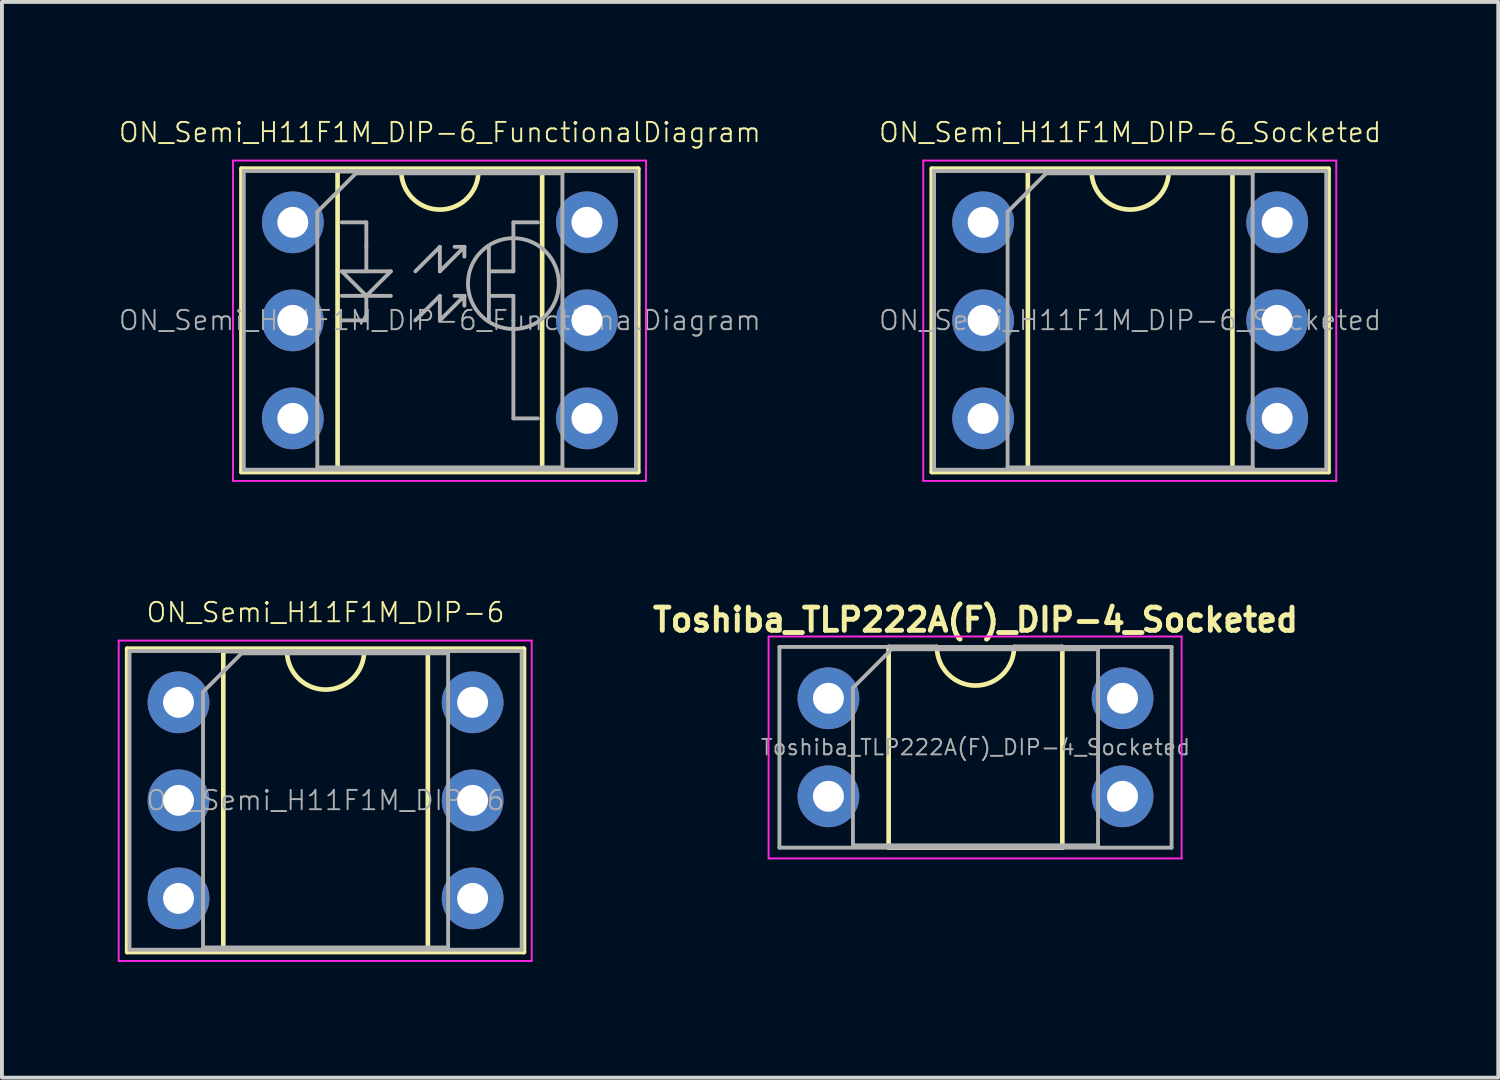
<source format=kicad_pcb>
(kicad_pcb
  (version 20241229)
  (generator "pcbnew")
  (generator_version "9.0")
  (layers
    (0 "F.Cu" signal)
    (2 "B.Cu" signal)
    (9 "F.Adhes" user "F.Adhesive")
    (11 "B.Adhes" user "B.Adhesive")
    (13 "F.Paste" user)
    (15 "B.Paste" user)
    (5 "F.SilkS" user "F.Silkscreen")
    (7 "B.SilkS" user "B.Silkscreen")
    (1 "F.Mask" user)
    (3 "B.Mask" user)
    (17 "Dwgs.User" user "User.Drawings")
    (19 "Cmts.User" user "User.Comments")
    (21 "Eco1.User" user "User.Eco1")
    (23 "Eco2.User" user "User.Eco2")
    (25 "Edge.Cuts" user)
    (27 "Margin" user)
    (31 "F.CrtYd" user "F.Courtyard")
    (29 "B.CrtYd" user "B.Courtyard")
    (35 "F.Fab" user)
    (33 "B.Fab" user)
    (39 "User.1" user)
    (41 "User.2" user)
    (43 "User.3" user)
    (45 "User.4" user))
  (footprint "ON_Semi_H11F1M_DIP-6"
    (layer "F.Cu")
    (at 5.385 17.686)
    (property "Reference" "ON_Semi_H11F1M_DIP-6" (at 0 -4.87 0) (layer "F.SilkS") (effects (font (size 0.5 0.5) (thickness 0.05))))
    (attr through_hole)
    (fp_line (start -5.14 -3.93) (end -5.14 3.93) (stroke (width 0.12) (type solid)) (layer "F.SilkS"))
    (fp_line (start -5.14 3.93) (end 5.14 3.93) (stroke (width 0.12) (type solid)) (layer "F.SilkS"))
    (fp_line (start -2.65 -3.87) (end -2.65 3.87) (stroke (width 0.12) (type solid)) (layer "F.SilkS"))
    (fp_line (start -2.65 3.87) (end 2.65 3.87) (stroke (width 0.12) (type solid)) (layer "F.SilkS"))
    (fp_line (start -1 -3.87) (end -2.65 -3.87) (stroke (width 0.12) (type solid)) (layer "F.SilkS"))
    (fp_line (start 2.65 -3.87) (end 1 -3.87) (stroke (width 0.12) (type solid)) (layer "F.SilkS"))
    (fp_line (start 2.65 3.87) (end 2.65 -3.87) (stroke (width 0.12) (type solid)) (layer "F.SilkS"))
    (fp_line (start 5.14 -3.93) (end -5.14 -3.93) (stroke (width 0.12) (type solid)) (layer "F.SilkS"))
    (fp_line (start 5.14 3.93) (end 5.14 -3.93) (stroke (width 0.12) (type solid)) (layer "F.SilkS"))
    (fp_arc (start 1 -3.87) (mid 0 -2.87) (end -1 -3.87) (stroke (width 0.12) (type solid)) (layer "F.SilkS"))
    (fp_line (start -5.36 -4.14) (end -5.36 4.16) (stroke (width 0.05) (type solid)) (layer "F.CrtYd"))
    (fp_line (start -5.36 4.16) (end 5.34 4.16) (stroke (width 0.05) (type solid)) (layer "F.CrtYd"))
    (fp_line (start 5.34 -4.14) (end -5.36 -4.14) (stroke (width 0.05) (type solid)) (layer "F.CrtYd"))
    (fp_line (start 5.34 4.16) (end 5.34 -4.14) (stroke (width 0.05) (type solid)) (layer "F.CrtYd"))
    (fp_line (start -5.08 -3.87) (end -5.08 3.87) (stroke (width 0.1) (type solid)) (layer "F.Fab"))
    (fp_line (start -5.08 3.87) (end 5.08 3.87) (stroke (width 0.1) (type solid)) (layer "F.Fab"))
    (fp_line (start -3.175 -2.81) (end -2.175 -3.81) (stroke (width 0.1) (type solid)) (layer "F.Fab"))
    (fp_line (start -3.175 3.81) (end -3.175 -2.81) (stroke (width 0.1) (type solid)) (layer "F.Fab"))
    (fp_line (start -2.175 -3.81) (end 3.175 -3.81) (stroke (width 0.1) (type solid)) (layer "F.Fab"))
    (fp_line (start 3.175 -3.81) (end 3.175 3.81) (stroke (width 0.1) (type solid)) (layer "F.Fab"))
    (fp_line (start 3.175 3.81) (end -3.175 3.81) (stroke (width 0.1) (type solid)) (layer "F.Fab"))
    (fp_line (start 5.08 -3.87) (end -5.08 -3.87) (stroke (width 0.1) (type solid)) (layer "F.Fab"))
    (fp_line (start 5.08 3.87) (end 5.08 -3.87) (stroke (width 0.1) (type solid)) (layer "F.Fab"))
    (fp_text user "${REFERENCE}" (at 0 0 0) (layer "F.Fab") (effects (font (size 0.5 0.5) (thickness 0.05))))
    (pad "1" thru_hole circle (at -3.81 -2.54) (size 1.6 1.6) (drill 0.8) (layers "*.Cu" "*.Mask"))
    (pad "2" thru_hole oval (at -3.81 0) (size 1.6 1.6) (drill 0.8) (layers "*.Cu" "*.Mask"))
    (pad "3" thru_hole oval (at -3.81 2.54) (size 1.6 1.6) (drill 0.8) (layers "*.Cu" "*.Mask"))
    (pad "4" thru_hole oval (at 3.81 2.54) (size 1.6 1.6) (drill 0.8) (layers "*.Cu" "*.Mask"))
    (pad "5" thru_hole oval (at 3.81 0) (size 1.6 1.6) (drill 0.8) (layers "*.Cu" "*.Mask"))
    (pad "6" thru_hole oval (at 3.81 -2.54) (size 1.6 1.6) (drill 0.8) (layers "*.Cu" "*.Mask")))
  (footprint "ON_Semi_H11F1M_DIP-6_Socketed"
    (layer "F.Cu")
    (at 26.23 5.25)
    (property "Reference" "ON_Semi_H11F1M_DIP-6_Socketed" (at 0 -4.87 0) (layer "F.SilkS") (effects (font (size 0.5 0.5) (thickness 0.05))))
    (attr through_hole)
    (fp_line (start -5.14 -3.93) (end -5.14 3.93) (stroke (width 0.12) (type solid)) (layer "F.SilkS"))
    (fp_line (start -5.14 3.93) (end 5.14 3.93) (stroke (width 0.12) (type solid)) (layer "F.SilkS"))
    (fp_line (start -2.65 -3.87) (end -2.65 3.87) (stroke (width 0.12) (type solid)) (layer "F.SilkS"))
    (fp_line (start -2.65 3.87) (end 2.65 3.87) (stroke (width 0.12) (type solid)) (layer "F.SilkS"))
    (fp_line (start -1 -3.87) (end -2.65 -3.87) (stroke (width 0.12) (type solid)) (layer "F.SilkS"))
    (fp_line (start 2.65 -3.87) (end 1 -3.87) (stroke (width 0.12) (type solid)) (layer "F.SilkS"))
    (fp_line (start 2.65 3.87) (end 2.65 -3.87) (stroke (width 0.12) (type solid)) (layer "F.SilkS"))
    (fp_line (start 5.14 -3.93) (end -5.14 -3.93) (stroke (width 0.12) (type solid)) (layer "F.SilkS"))
    (fp_line (start 5.14 3.93) (end 5.14 -3.93) (stroke (width 0.12) (type solid)) (layer "F.SilkS"))
    (fp_arc (start 1 -3.87) (mid 0 -2.87) (end -1 -3.87) (stroke (width 0.12) (type solid)) (layer "F.SilkS"))
    (fp_line (start -5.36 -4.14) (end -5.36 4.16) (stroke (width 0.05) (type solid)) (layer "F.CrtYd"))
    (fp_line (start -5.36 4.16) (end 5.34 4.16) (stroke (width 0.05) (type solid)) (layer "F.CrtYd"))
    (fp_line (start 5.34 -4.14) (end -5.36 -4.14) (stroke (width 0.05) (type solid)) (layer "F.CrtYd"))
    (fp_line (start 5.34 4.16) (end 5.34 -4.14) (stroke (width 0.05) (type solid)) (layer "F.CrtYd"))
    (fp_line (start -5.08 -3.87) (end -5.08 3.87) (stroke (width 0.1) (type solid)) (layer "F.Fab"))
    (fp_line (start -5.08 3.87) (end 5.08 3.87) (stroke (width 0.1) (type solid)) (layer "F.Fab"))
    (fp_line (start -3.175 -2.81) (end -2.175 -3.81) (stroke (width 0.1) (type solid)) (layer "F.Fab"))
    (fp_line (start -3.175 3.81) (end -3.175 -2.81) (stroke (width 0.1) (type solid)) (layer "F.Fab"))
    (fp_line (start -2.175 -3.81) (end 3.175 -3.81) (stroke (width 0.1) (type solid)) (layer "F.Fab"))
    (fp_line (start 3.175 -3.81) (end 3.175 3.81) (stroke (width 0.1) (type solid)) (layer "F.Fab"))
    (fp_line (start 3.175 3.81) (end -3.175 3.81) (stroke (width 0.1) (type solid)) (layer "F.Fab"))
    (fp_line (start 5.08 -3.87) (end -5.08 -3.87) (stroke (width 0.1) (type solid)) (layer "F.Fab"))
    (fp_line (start 5.08 3.87) (end 5.08 -3.87) (stroke (width 0.1) (type solid)) (layer "F.Fab"))
    (fp_text user "${REFERENCE}" (at 0 0 0) (layer "F.Fab") (effects (font (size 0.5 0.5) (thickness 0.05))))
    (pad "1" thru_hole circle (at -3.81 -2.54) (size 1.6 1.6) (drill 0.8) (layers "*.Cu" "*.Mask"))
    (pad "2" thru_hole oval (at -3.81 0) (size 1.6 1.6) (drill 0.8) (layers "*.Cu" "*.Mask"))
    (pad "3" thru_hole oval (at -3.81 2.54) (size 1.6 1.6) (drill 0.8) (layers "*.Cu" "*.Mask"))
    (pad "4" thru_hole oval (at 3.81 2.54) (size 1.6 1.6) (drill 0.8) (layers "*.Cu" "*.Mask"))
    (pad "5" thru_hole oval (at 3.81 0) (size 1.6 1.6) (drill 0.8) (layers "*.Cu" "*.Mask"))
    (pad "6" thru_hole oval (at 3.81 -2.54) (size 1.6 1.6) (drill 0.8) (layers "*.Cu" "*.Mask")))
  (footprint "ON_Semi_H11F1M_DIP-6_FunctionalDiagram"
    (layer "F.Cu")
    (at 8.346 5.25)
    (property "Reference" "ON_Semi_H11F1M_DIP-6_FunctionalDiagram" (at 0 -4.87 0) (layer "F.SilkS") (effects (font (size 0.5 0.5) (thickness 0.05))))
    (attr through_hole)
    (fp_line (start -5.14 -3.93) (end -5.14 3.93) (stroke (width 0.12) (type solid)) (layer "F.SilkS"))
    (fp_line (start -5.14 3.93) (end 5.14 3.93) (stroke (width 0.12) (type solid)) (layer "F.SilkS"))
    (fp_line (start -2.65 -3.87) (end -2.65 3.87) (stroke (width 0.12) (type solid)) (layer "F.SilkS"))
    (fp_line (start -2.65 3.87) (end 2.65 3.87) (stroke (width 0.12) (type solid)) (layer "F.SilkS"))
    (fp_line (start -1 -3.87) (end -2.65 -3.87) (stroke (width 0.12) (type solid)) (layer "F.SilkS"))
    (fp_line (start 2.65 -3.87) (end 1 -3.87) (stroke (width 0.12) (type solid)) (layer "F.SilkS"))
    (fp_line (start 2.65 3.87) (end 2.65 -3.87) (stroke (width 0.12) (type solid)) (layer "F.SilkS"))
    (fp_line (start 5.14 -3.93) (end -5.14 -3.93) (stroke (width 0.12) (type solid)) (layer "F.SilkS"))
    (fp_line (start 5.14 3.93) (end 5.14 -3.93) (stroke (width 0.12) (type solid)) (layer "F.SilkS"))
    (fp_arc (start 1 -3.87) (mid 0 -2.87) (end -1 -3.87) (stroke (width 0.12) (type solid)) (layer "F.SilkS"))
    (fp_line (start -5.36 -4.14) (end -5.36 4.16) (stroke (width 0.05) (type solid)) (layer "F.CrtYd"))
    (fp_line (start -5.36 4.16) (end 5.34 4.16) (stroke (width 0.05) (type solid)) (layer "F.CrtYd"))
    (fp_line (start 5.34 -4.14) (end -5.36 -4.14) (stroke (width 0.05) (type solid)) (layer "F.CrtYd"))
    (fp_line (start 5.34 4.16) (end 5.34 -4.14) (stroke (width 0.05) (type solid)) (layer "F.CrtYd"))
    (fp_line (start -5.08 -3.87) (end -5.08 3.87) (stroke (width 0.1) (type solid)) (layer "F.Fab"))
    (fp_line (start -5.08 3.87) (end 5.08 3.87) (stroke (width 0.1) (type solid)) (layer "F.Fab"))
    (fp_line (start -3.175 -2.81) (end -2.175 -3.81) (stroke (width 0.1) (type solid)) (layer "F.Fab"))
    (fp_line (start -3.175 3.81) (end -3.175 -2.81) (stroke (width 0.1) (type solid)) (layer "F.Fab"))
    (fp_line (start -2.54 -2.54) (end -1.905 -2.54) (stroke (width 0.1) (type solid)) (layer "F.Fab"))
    (fp_line (start -2.54 -1.27) (end -1.27 -1.27) (stroke (width 0.1) (type solid)) (layer "F.Fab"))
    (fp_line (start -2.54 -0.635) (end -1.27 -0.635) (stroke (width 0.1) (type solid)) (layer "F.Fab"))
    (fp_line (start -2.175 -3.81) (end 3.175 -3.81) (stroke (width 0.1) (type solid)) (layer "F.Fab"))
    (fp_line (start -1.905 -2.54) (end -1.905 -1.905) (stroke (width 0.1) (type solid)) (layer "F.Fab"))
    (fp_line (start -1.905 -1.905) (end -1.905 -1.27) (stroke (width 0.1) (type solid)) (layer "F.Fab"))
    (fp_line (start -1.905 -0.635) (end -2.54 -1.27) (stroke (width 0.1) (type solid)) (layer "F.Fab"))
    (fp_line (start -1.905 -0.635) (end -1.905 0) (stroke (width 0.1) (type solid)) (layer "F.Fab"))
    (fp_line (start -1.905 0) (end -2.54 0) (stroke (width 0.1) (type solid)) (layer "F.Fab"))
    (fp_line (start -1.27 -1.27) (end -1.905 -0.635) (stroke (width 0.1) (type solid)) (layer "F.Fab"))
    (fp_line (start -0.635 -1.27) (end 0 -1.905) (stroke (width 0.1) (type solid)) (layer "F.Fab"))
    (fp_line (start -0.635 0) (end 0 -0.635) (stroke (width 0.1) (type solid)) (layer "F.Fab"))
    (fp_line (start 0 -1.905) (end 0 -1.27) (stroke (width 0.1) (type solid)) (layer "F.Fab"))
    (fp_line (start 0 -1.27) (end 0.635 -1.905) (stroke (width 0.1) (type solid)) (layer "F.Fab"))
    (fp_line (start 0 -0.635) (end 0 0) (stroke (width 0.1) (type solid)) (layer "F.Fab"))
    (fp_line (start 0 0) (end 0.635 -0.635) (stroke (width 0.1) (type solid)) (layer "F.Fab"))
    (fp_line (start 0.635 -1.905) (end 0.381 -1.905) (stroke (width 0.1) (type solid)) (layer "F.Fab"))
    (fp_line (start 0.635 -1.905) (end 0.635 -1.651) (stroke (width 0.1) (type solid)) (layer "F.Fab"))
    (fp_line (start 0.635 -0.635) (end 0.381 -0.635) (stroke (width 0.1) (type solid)) (layer "F.Fab"))
    (fp_line (start 0.635 -0.635) (end 0.635 -0.381) (stroke (width 0.1) (type solid)) (layer "F.Fab"))
    (fp_line (start 1.27 -1.905) (end 1.27 0) (stroke (width 0.1) (type solid)) (layer "F.Fab"))
    (fp_line (start 1.27 -0.635) (end 1.905 -0.635) (stroke (width 0.1) (type solid)) (layer "F.Fab"))
    (fp_line (start 1.905 -2.54) (end 1.905 -1.27) (stroke (width 0.1) (type solid)) (layer "F.Fab"))
    (fp_line (start 1.905 -1.27) (end 1.27 -1.27) (stroke (width 0.1) (type solid)) (layer "F.Fab"))
    (fp_line (start 1.905 -0.635) (end 1.905 0) (stroke (width 0.1) (type solid)) (layer "F.Fab"))
    (fp_line (start 1.905 0) (end 1.905 2.54) (stroke (width 0.1) (type solid)) (layer "F.Fab"))
    (fp_line (start 1.905 2.54) (end 2.54 2.54) (stroke (width 0.1) (type solid)) (layer "F.Fab"))
    (fp_line (start 2.54 -2.54) (end 1.905 -2.54) (stroke (width 0.1) (type solid)) (layer "F.Fab"))
    (fp_line (start 3.175 -3.81) (end 3.175 3.81) (stroke (width 0.1) (type solid)) (layer "F.Fab"))
    (fp_line (start 3.175 3.81) (end -3.175 3.81) (stroke (width 0.1) (type solid)) (layer "F.Fab"))
    (fp_line (start 5.08 -3.87) (end -5.08 -3.87) (stroke (width 0.1) (type solid)) (layer "F.Fab"))
    (fp_line (start 5.08 3.87) (end 5.08 -3.87) (stroke (width 0.1) (type solid)) (layer "F.Fab"))
    (fp_circle (center 1.905 -0.953) (end 2.311 0.152) (stroke (width 0.1) (type solid)) (fill no) (layer "F.Fab"))
    (fp_text user "${REFERENCE}" (at 0 0 0) (layer "F.Fab") (effects (font (size 0.5 0.5) (thickness 0.05))))
    (pad "1" thru_hole circle (at -3.81 -2.54) (size 1.6 1.6) (drill 0.8) (layers "*.Cu" "*.Mask"))
    (pad "2" thru_hole oval (at -3.81 0) (size 1.6 1.6) (drill 0.8) (layers "*.Cu" "*.Mask"))
    (pad "3" thru_hole oval (at -3.81 2.54) (size 1.6 1.6) (drill 0.8) (layers "*.Cu" "*.Mask"))
    (pad "4" thru_hole oval (at 3.81 2.54) (size 1.6 1.6) (drill 0.8) (layers "*.Cu" "*.Mask"))
    (pad "5" thru_hole oval (at 3.81 0) (size 1.6 1.6) (drill 0.8) (layers "*.Cu" "*.Mask"))
    (pad "6" thru_hole oval (at 3.81 -2.54) (size 1.6 1.6) (drill 0.8) (layers "*.Cu" "*.Mask")))
  (footprint "Toshiba_TLP222A(F)_DIP-4_Socketed"
    (layer "F.Cu")
    (at 22.223 16.311)
    (property "Reference" "Toshiba_TLP222A(F)_DIP-4_Socketed" (at 0 -3.302 0) (layer "F.SilkS") (effects (font (size 0.6 0.6) (thickness 0.127))))
    (attr through_hole)
    (fp_line (start -2.25 -2.6) (end -2.25 2.6) (stroke (width 0.12) (type solid)) (layer "F.SilkS"))
    (fp_line (start -2.25 2.6) (end 2.25 2.6) (stroke (width 0.12) (type solid)) (layer "F.SilkS"))
    (fp_line (start -1 -2.6) (end -2.25 -2.6) (stroke (width 0.12) (type solid)) (layer "F.SilkS"))
    (fp_line (start 2.25 -2.6) (end 1 -2.6) (stroke (width 0.12) (type solid)) (layer "F.SilkS"))
    (fp_line (start 2.25 2.6) (end 2.25 -2.6) (stroke (width 0.12) (type solid)) (layer "F.SilkS"))
    (fp_arc (start 1 -2.6) (mid 0 -1.6) (end -1 -2.6) (stroke (width 0.12) (type solid)) (layer "F.SilkS"))
    (fp_line (start -5.36 -2.87) (end -5.36 2.88) (stroke (width 0.05) (type solid)) (layer "F.CrtYd"))
    (fp_line (start -5.36 2.88) (end 5.34 2.88) (stroke (width 0.05) (type solid)) (layer "F.CrtYd"))
    (fp_line (start 5.34 -2.87) (end -5.36 -2.87) (stroke (width 0.05) (type solid)) (layer "F.CrtYd"))
    (fp_line (start 5.34 2.88) (end 5.34 -2.87) (stroke (width 0.05) (type solid)) (layer "F.CrtYd"))
    (fp_line (start -5.08 -2.6) (end -5.08 2.6) (stroke (width 0.1) (type solid)) (layer "F.Fab"))
    (fp_line (start -5.08 2.6) (end 5.08 2.6) (stroke (width 0.1) (type solid)) (layer "F.Fab"))
    (fp_line (start -3.175 -1.54) (end -2.175 -2.54) (stroke (width 0.1) (type solid)) (layer "F.Fab"))
    (fp_line (start -3.175 2.54) (end -3.175 -1.54) (stroke (width 0.1) (type solid)) (layer "F.Fab"))
    (fp_line (start -2.175 -2.54) (end 3.175 -2.54) (stroke (width 0.1) (type solid)) (layer "F.Fab"))
    (fp_line (start 3.175 -2.54) (end 3.175 2.54) (stroke (width 0.1) (type solid)) (layer "F.Fab"))
    (fp_line (start 3.175 2.54) (end -3.175 2.54) (stroke (width 0.1) (type solid)) (layer "F.Fab"))
    (fp_line (start 5.08 -2.6) (end -5.08 -2.6) (stroke (width 0.1) (type solid)) (layer "F.Fab"))
    (fp_line (start 5.08 2.6) (end 5.08 -2.6) (stroke (width 0.1) (type solid)) (layer "F.Fab"))
    (fp_text user "${REFERENCE}" (at 0 0 0) (layer "F.Fab") (effects (font (size 0.4 0.4) (thickness 0.05))))
    (pad "1" thru_hole circle (at -3.81 -1.27) (size 1.6 1.6) (drill 0.8) (layers "*.Cu" "*.Mask"))
    (pad "2" thru_hole circle (at -3.81 1.27) (size 1.6 1.6) (drill 0.8) (layers "*.Cu" "*.Mask"))
    (pad "3" thru_hole circle (at 3.81 1.27) (size 1.6 1.6) (drill 0.8) (layers "*.Cu" "*.Mask"))
    (pad "4" thru_hole circle (at 3.81 -1.27) (size 1.6 1.6) (drill 0.8) (layers "*.Cu" "*.Mask")))
  (gr_rect
    (start -3 -3)
    (end 35.767 24.87)
    (stroke (width 0.1) (type default))
    (fill no)
    (layer "Edge.Cuts")))
</source>
